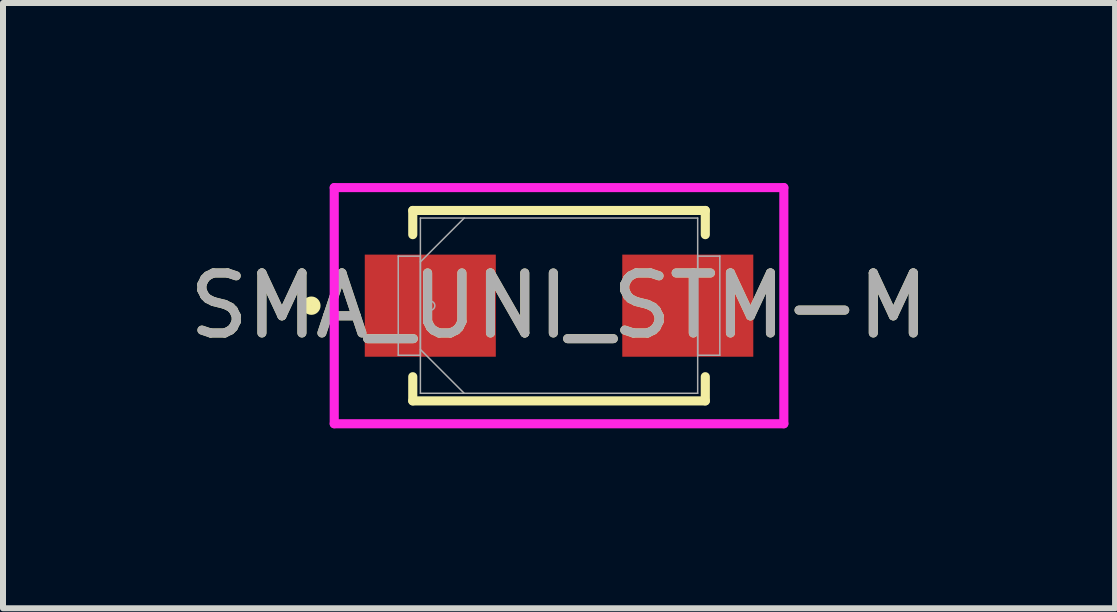
<source format=kicad_pcb>
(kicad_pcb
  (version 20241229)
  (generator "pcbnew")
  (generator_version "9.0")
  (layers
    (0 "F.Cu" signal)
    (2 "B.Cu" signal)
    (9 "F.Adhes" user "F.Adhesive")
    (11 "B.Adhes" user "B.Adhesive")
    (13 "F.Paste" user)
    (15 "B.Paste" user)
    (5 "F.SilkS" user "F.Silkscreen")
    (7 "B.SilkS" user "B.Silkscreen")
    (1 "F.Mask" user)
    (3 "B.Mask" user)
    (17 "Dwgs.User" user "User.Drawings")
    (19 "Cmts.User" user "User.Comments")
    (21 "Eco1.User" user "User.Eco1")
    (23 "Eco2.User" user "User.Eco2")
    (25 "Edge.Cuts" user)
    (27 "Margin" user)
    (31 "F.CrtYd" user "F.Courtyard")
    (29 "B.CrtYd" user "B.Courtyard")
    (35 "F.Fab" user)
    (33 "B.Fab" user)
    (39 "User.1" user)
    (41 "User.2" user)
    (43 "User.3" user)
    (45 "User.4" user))
  (footprint "SMA_UNI_STM-M"
    (layer "F.Cu")
    (at 6.268 2.045)
    (property "Reference" "SMA_UNI_STM-M" (at 0 0 0) (unlocked yes) (layer "F.SilkS") (effects (font (size 1 1) (thickness 0.15))))
    (attr smd)
    (fp_line (start -2.438 -1.587) (end -2.438 -1.184) (stroke (width 0.152) (type solid)) (layer "F.SilkS"))
    (fp_line (start -2.438 1.184) (end -2.438 1.587) (stroke (width 0.152) (type solid)) (layer "F.SilkS"))
    (fp_line (start -2.438 1.587) (end 2.438 1.587) (stroke (width 0.152) (type solid)) (layer "F.SilkS"))
    (fp_line (start 2.438 -1.587) (end -2.438 -1.587) (stroke (width 0.152) (type solid)) (layer "F.SilkS"))
    (fp_line (start 2.438 -1.184) (end 2.438 -1.587) (stroke (width 0.152) (type solid)) (layer "F.SilkS"))
    (fp_line (start 2.438 1.587) (end 2.438 1.184) (stroke (width 0.152) (type solid)) (layer "F.SilkS"))
    (fp_circle (center -4.128 0) (end -4.051 0) (stroke (width 0.152) (type solid)) (fill no) (layer "F.SilkS"))
    (fp_line (start -3.747 -1.968) (end 3.747 -1.968) (stroke (width 0.152) (type solid)) (layer "F.CrtYd"))
    (fp_line (start -3.747 1.968) (end -3.747 -1.968) (stroke (width 0.152) (type solid)) (layer "F.CrtYd"))
    (fp_line (start 3.747 -1.968) (end 3.747 1.968) (stroke (width 0.152) (type solid)) (layer "F.CrtYd"))
    (fp_line (start 3.747 1.968) (end -3.747 1.968) (stroke (width 0.152) (type solid)) (layer "F.CrtYd"))
    (fp_line (start -2.68 -0.826) (end -2.68 0.826) (stroke (width 0.025) (type solid)) (layer "F.Fab"))
    (fp_line (start -2.68 0.826) (end -2.311 0.826) (stroke (width 0.025) (type solid)) (layer "F.Fab"))
    (fp_line (start -2.311 -1.46) (end -2.311 1.46) (stroke (width 0.025) (type solid)) (layer "F.Fab"))
    (fp_line (start -2.311 -0.826) (end -2.68 -0.826) (stroke (width 0.025) (type solid)) (layer "F.Fab"))
    (fp_line (start -2.311 -0.73) (end -1.581 -1.46) (stroke (width 0.025) (type solid)) (layer "F.Fab"))
    (fp_line (start -2.311 0.73) (end -1.581 1.46) (stroke (width 0.025) (type solid)) (layer "F.Fab"))
    (fp_line (start -2.311 0.826) (end -2.311 -0.826) (stroke (width 0.025) (type solid)) (layer "F.Fab"))
    (fp_line (start -2.311 1.46) (end 2.311 1.46) (stroke (width 0.025) (type solid)) (layer "F.Fab"))
    (fp_line (start 2.311 -1.46) (end -2.311 -1.46) (stroke (width 0.025) (type solid)) (layer "F.Fab"))
    (fp_line (start 2.311 -0.826) (end 2.311 0.826) (stroke (width 0.025) (type solid)) (layer "F.Fab"))
    (fp_line (start 2.311 0.826) (end 2.68 0.826) (stroke (width 0.025) (type solid)) (layer "F.Fab"))
    (fp_line (start 2.311 1.46) (end 2.311 -1.46) (stroke (width 0.025) (type solid)) (layer "F.Fab"))
    (fp_line (start 2.68 -0.826) (end 2.311 -0.826) (stroke (width 0.025) (type solid)) (layer "F.Fab"))
    (fp_line (start 2.68 0.826) (end 2.68 -0.826) (stroke (width 0.025) (type solid)) (layer "F.Fab"))
    (fp_circle (center -2.146 0) (end -2.07 0) (stroke (width 0.025) (type solid)) (fill no) (layer "F.Fab"))
    (fp_text user "${REFERENCE}" (at 0 0 0) (unlocked yes) (layer "F.Fab") (effects (font (size 1 1) (thickness 0.15))))
    (pad "1" smd rect (at -2.146 0) (size 2.184 1.702) (layers "F.Cu" "F.Mask" "F.Paste"))
    (pad "2" smd rect (at 2.146 0) (size 2.184 1.702) (layers "F.Cu" "F.Mask" "F.Paste"))
    (zone (net_name "") (layer "F.Cu") (hatch full 0.508) (connect_pads) (min_thickness 0.254) (filled_areas_thickness no) (keepout (tracks not_allowed) (vias not_allowed) (pads allowed) (copperpour not_allowed) (footprints allowed)) (placement (enabled no)) (fill) (polygon (pts (xy 5.265 0.635) (xy 7.271 0.635) (xy 7.271 3.454) (xy 5.265 3.454)))))
  (gr_rect
    (start -3 -3)
    (end 15.536 7.089)
    (stroke (width 0.1) (type default))
    (fill no)
    (layer "Edge.Cuts")))
</source>
